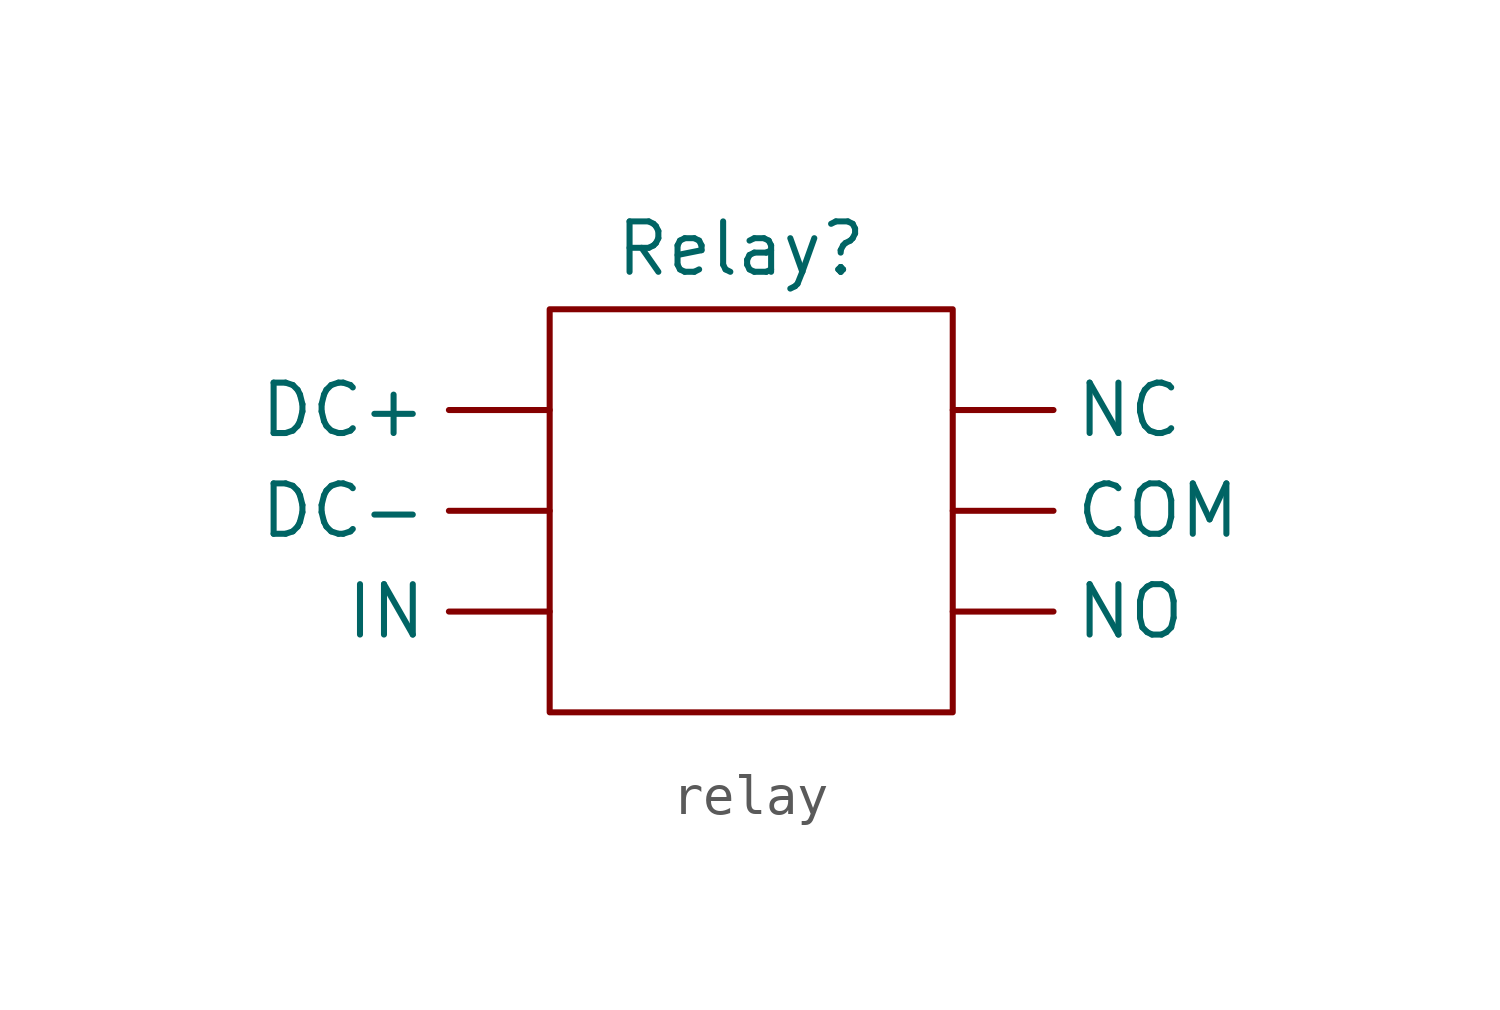
<source format=kicad_sym>
(kicad_symbol_lib
  (version 20231120)
  (generator "kicad_symbol_editor")
  (generator_version "8.0")
  (symbol "relay"
    (property "Reference" "Relay"
      (at -0.254 6.604 0)
      (effects (font (size 1.27 1.27))))
    (property "Value" ""
      (at 0 0 0)
      (effects (font (size 1.27 1.27))))
    (symbol "relay_0_1"
      (rectangle (start -5.08 5.08) (end 5.08 -5.08) (stroke (width 0) (type default)) (fill (type none))))
    (symbol "relay_1_1"
      (pin input line (at 5.08 0 0) (length 2.54) (name "COM" (effects (font (size 1.27 1.27)))) (number "" (effects (font (size 1.27 1.27)))))
      (pin input line (at -5.08 2.54 180) (length 2.54) (name "DC+" (effects (font (size 1.27 1.27)))) (number "" (effects (font (size 1.27 1.27)))))
      (pin input line (at -5.08 0 180) (length 2.54) (name "DC-" (effects (font (size 1.27 1.27)))) (number "" (effects (font (size 1.27 1.27)))))
      (pin input line (at -5.08 -2.54 180) (length 2.54) (name "IN" (effects (font (size 1.27 1.27)))) (number "" (effects (font (size 1.27 1.27)))))
      (pin input line (at 5.08 2.54 0) (length 2.54) (name "NC" (effects (font (size 1.27 1.27)))) (number "" (effects (font (size 1.27 1.27)))))
      (pin input line (at 5.08 -2.54 0) (length 2.54) (name "NO" (effects (font (size 1.27 1.27)))) (number "" (effects (font (size 1.27 1.27))))))))
</source>
